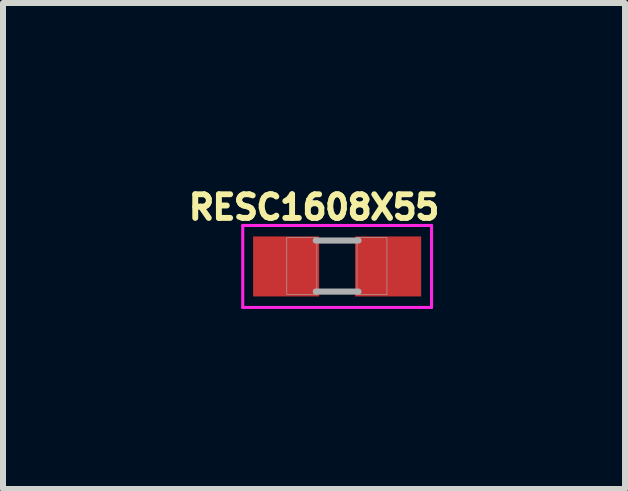
<source format=kicad_pcb>
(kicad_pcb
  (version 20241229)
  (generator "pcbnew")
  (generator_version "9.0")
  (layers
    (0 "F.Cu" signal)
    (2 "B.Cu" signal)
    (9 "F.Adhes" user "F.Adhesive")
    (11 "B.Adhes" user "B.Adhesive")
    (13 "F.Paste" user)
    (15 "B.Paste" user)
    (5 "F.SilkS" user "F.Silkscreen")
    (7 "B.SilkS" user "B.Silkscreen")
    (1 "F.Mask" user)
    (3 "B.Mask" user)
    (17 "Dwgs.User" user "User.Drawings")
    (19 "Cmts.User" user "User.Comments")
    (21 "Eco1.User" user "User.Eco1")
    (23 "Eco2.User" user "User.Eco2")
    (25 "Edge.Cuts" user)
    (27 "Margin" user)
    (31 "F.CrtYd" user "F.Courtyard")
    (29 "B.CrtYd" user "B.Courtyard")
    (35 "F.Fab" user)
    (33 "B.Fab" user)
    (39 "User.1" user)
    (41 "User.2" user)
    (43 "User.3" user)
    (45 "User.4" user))
  (footprint "RESC1608X55"
    (layer "F.Cu")
    (at 2.568 1.39)
    (property "Reference" "RESC1608X55" (at -0.385 -0.986 0) (layer "F.SilkS") (effects (font (size 0.394 0.394) (thickness 0.15))))
    (attr smd)
    (fp_line (start -1.573 -0.683) (end 1.573 -0.683) (stroke (width 0.051) (type solid)) (layer "F.CrtYd"))
    (fp_line (start -1.573 0.683) (end -1.573 -0.683) (stroke (width 0.051) (type solid)) (layer "F.CrtYd"))
    (fp_line (start 1.573 -0.683) (end 1.573 0.683) (stroke (width 0.051) (type solid)) (layer "F.CrtYd"))
    (fp_line (start 1.573 0.683) (end -1.573 0.683) (stroke (width 0.051) (type solid)) (layer "F.CrtYd"))
    (fp_line (start -0.356 -0.432) (end 0.356 -0.432) (stroke (width 0.102) (type solid)) (layer "F.Fab"))
    (fp_line (start -0.356 0.419) (end 0.356 0.419) (stroke (width 0.102) (type solid)) (layer "F.Fab"))
    (fp_poly (pts (xy -0.839 -0.48) (xy -0.338 -0.48) (xy -0.338 0.47) (xy -0.839 0.47)) (stroke (width 0.01) (type solid)) (fill no) (layer "F.Fab"))
    (fp_poly (pts (xy 0.331 -0.48) (xy 0.83 -0.48) (xy 0.83 0.47) (xy 0.331 0.47)) (stroke (width 0.01) (type solid)) (fill no) (layer "F.Fab"))
    (pad "1" smd rect (at -0.85 0) (size 1.1 1) (layers "F.Cu" "F.Mask" "F.Paste"))
    (pad "2" smd rect (at 0.85 0) (size 1.1 1) (layers "F.Cu" "F.Mask" "F.Paste")))
  (gr_rect
    (start -3 -3)
    (end 7.365 5.098)
    (stroke (width 0.1) (type default))
    (fill no)
    (layer "Edge.Cuts")))
</source>
